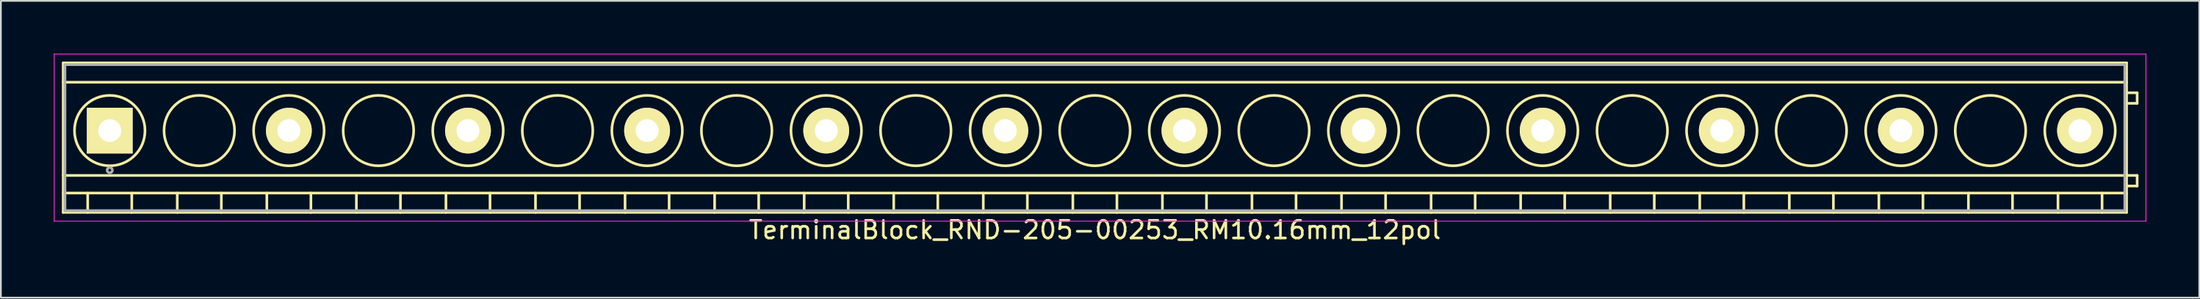
<source format=kicad_pcb>
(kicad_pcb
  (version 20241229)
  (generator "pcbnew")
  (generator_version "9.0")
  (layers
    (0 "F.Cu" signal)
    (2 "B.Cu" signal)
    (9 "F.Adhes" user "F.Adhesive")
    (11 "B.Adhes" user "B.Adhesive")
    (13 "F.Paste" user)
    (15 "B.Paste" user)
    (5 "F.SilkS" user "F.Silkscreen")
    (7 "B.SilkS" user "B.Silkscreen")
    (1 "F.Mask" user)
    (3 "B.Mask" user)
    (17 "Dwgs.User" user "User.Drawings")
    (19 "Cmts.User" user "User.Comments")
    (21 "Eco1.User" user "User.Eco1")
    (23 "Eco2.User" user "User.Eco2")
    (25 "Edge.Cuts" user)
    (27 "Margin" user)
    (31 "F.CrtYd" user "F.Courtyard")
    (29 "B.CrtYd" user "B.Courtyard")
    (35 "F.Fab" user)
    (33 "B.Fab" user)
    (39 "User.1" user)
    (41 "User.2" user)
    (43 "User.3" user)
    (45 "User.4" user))
  (footprint "TerminalBlock_RND-205-00253_RM10.16mm_12pol"
    (layer "F.Cu")
    (at 3.175 4.375)
    (property "Reference" "TerminalBlock_RND-205-00253_RM10.16mm_12pol" (at 55.88 5.65 0) (layer "F.SilkS") (effects (font (size 1 1) (thickness 0.15))))
    (attr through_hole)
    (fp_line (start -2.64 -3.85) (end 114.4 -3.85) (stroke (width 0.15) (type solid)) (layer "F.SilkS"))
    (fp_line (start -2.64 -2.75) (end 114.4 -2.75) (stroke (width 0.15) (type solid)) (layer "F.SilkS"))
    (fp_line (start -2.64 2.55) (end 114.4 2.55) (stroke (width 0.15) (type solid)) (layer "F.SilkS"))
    (fp_line (start -2.64 3.55) (end 114.4 3.55) (stroke (width 0.15) (type solid)) (layer "F.SilkS"))
    (fp_line (start -2.64 4.65) (end -2.64 -3.85) (stroke (width 0.15) (type solid)) (layer "F.SilkS"))
    (fp_line (start -1.25 3.55) (end -1.25 4.65) (stroke (width 0.15) (type solid)) (layer "F.SilkS"))
    (fp_line (start 1.25 3.55) (end 1.25 4.65) (stroke (width 0.15) (type solid)) (layer "F.SilkS"))
    (fp_line (start 3.83 3.55) (end 3.83 4.65) (stroke (width 0.15) (type solid)) (layer "F.SilkS"))
    (fp_line (start 6.33 3.55) (end 6.33 4.65) (stroke (width 0.15) (type solid)) (layer "F.SilkS"))
    (fp_line (start 8.91 3.55) (end 8.91 4.65) (stroke (width 0.15) (type solid)) (layer "F.SilkS"))
    (fp_line (start 11.41 3.55) (end 11.41 4.65) (stroke (width 0.15) (type solid)) (layer "F.SilkS"))
    (fp_line (start 13.99 3.55) (end 13.99 4.65) (stroke (width 0.15) (type solid)) (layer "F.SilkS"))
    (fp_line (start 16.49 3.55) (end 16.49 4.65) (stroke (width 0.15) (type solid)) (layer "F.SilkS"))
    (fp_line (start 19.07 3.55) (end 19.07 4.65) (stroke (width 0.15) (type solid)) (layer "F.SilkS"))
    (fp_line (start 21.57 3.55) (end 21.57 4.65) (stroke (width 0.15) (type solid)) (layer "F.SilkS"))
    (fp_line (start 24.15 3.55) (end 24.15 4.65) (stroke (width 0.15) (type solid)) (layer "F.SilkS"))
    (fp_line (start 26.65 3.55) (end 26.65 4.65) (stroke (width 0.15) (type solid)) (layer "F.SilkS"))
    (fp_line (start 29.23 3.55) (end 29.23 4.65) (stroke (width 0.15) (type solid)) (layer "F.SilkS"))
    (fp_line (start 31.73 3.55) (end 31.73 4.65) (stroke (width 0.15) (type solid)) (layer "F.SilkS"))
    (fp_line (start 34.31 3.55) (end 34.31 4.65) (stroke (width 0.15) (type solid)) (layer "F.SilkS"))
    (fp_line (start 36.81 3.55) (end 36.81 4.65) (stroke (width 0.15) (type solid)) (layer "F.SilkS"))
    (fp_line (start 39.39 3.55) (end 39.39 4.65) (stroke (width 0.15) (type solid)) (layer "F.SilkS"))
    (fp_line (start 41.89 3.55) (end 41.89 4.65) (stroke (width 0.15) (type solid)) (layer "F.SilkS"))
    (fp_line (start 44.47 3.55) (end 44.47 4.65) (stroke (width 0.15) (type solid)) (layer "F.SilkS"))
    (fp_line (start 46.97 3.55) (end 46.97 4.65) (stroke (width 0.15) (type solid)) (layer "F.SilkS"))
    (fp_line (start 49.55 3.55) (end 49.55 4.65) (stroke (width 0.15) (type solid)) (layer "F.SilkS"))
    (fp_line (start 52.05 3.55) (end 52.05 4.65) (stroke (width 0.15) (type solid)) (layer "F.SilkS"))
    (fp_line (start 54.63 3.55) (end 54.63 4.65) (stroke (width 0.15) (type solid)) (layer "F.SilkS"))
    (fp_line (start 57.13 3.55) (end 57.13 4.65) (stroke (width 0.15) (type solid)) (layer "F.SilkS"))
    (fp_line (start 59.71 3.55) (end 59.71 4.65) (stroke (width 0.15) (type solid)) (layer "F.SilkS"))
    (fp_line (start 62.21 3.55) (end 62.21 4.65) (stroke (width 0.15) (type solid)) (layer "F.SilkS"))
    (fp_line (start 64.79 3.55) (end 64.79 4.65) (stroke (width 0.15) (type solid)) (layer "F.SilkS"))
    (fp_line (start 67.29 3.55) (end 67.29 4.65) (stroke (width 0.15) (type solid)) (layer "F.SilkS"))
    (fp_line (start 69.87 3.55) (end 69.87 4.65) (stroke (width 0.15) (type solid)) (layer "F.SilkS"))
    (fp_line (start 72.37 3.55) (end 72.37 4.65) (stroke (width 0.15) (type solid)) (layer "F.SilkS"))
    (fp_line (start 74.95 3.55) (end 74.95 4.65) (stroke (width 0.15) (type solid)) (layer "F.SilkS"))
    (fp_line (start 77.45 3.55) (end 77.45 4.65) (stroke (width 0.15) (type solid)) (layer "F.SilkS"))
    (fp_line (start 80.03 3.55) (end 80.03 4.65) (stroke (width 0.15) (type solid)) (layer "F.SilkS"))
    (fp_line (start 82.53 3.55) (end 82.53 4.65) (stroke (width 0.15) (type solid)) (layer "F.SilkS"))
    (fp_line (start 85.11 3.55) (end 85.11 4.65) (stroke (width 0.15) (type solid)) (layer "F.SilkS"))
    (fp_line (start 87.61 3.55) (end 87.61 4.65) (stroke (width 0.15) (type solid)) (layer "F.SilkS"))
    (fp_line (start 90.19 3.55) (end 90.19 4.65) (stroke (width 0.15) (type solid)) (layer "F.SilkS"))
    (fp_line (start 92.69 3.55) (end 92.69 4.65) (stroke (width 0.15) (type solid)) (layer "F.SilkS"))
    (fp_line (start 95.27 3.55) (end 95.27 4.65) (stroke (width 0.15) (type solid)) (layer "F.SilkS"))
    (fp_line (start 97.77 3.55) (end 97.77 4.65) (stroke (width 0.15) (type solid)) (layer "F.SilkS"))
    (fp_line (start 100.35 3.55) (end 100.35 4.65) (stroke (width 0.15) (type solid)) (layer "F.SilkS"))
    (fp_line (start 102.85 3.55) (end 102.85 4.65) (stroke (width 0.15) (type solid)) (layer "F.SilkS"))
    (fp_line (start 105.43 3.55) (end 105.43 4.65) (stroke (width 0.15) (type solid)) (layer "F.SilkS"))
    (fp_line (start 107.93 3.55) (end 107.93 4.65) (stroke (width 0.15) (type solid)) (layer "F.SilkS"))
    (fp_line (start 110.51 3.55) (end 110.51 4.65) (stroke (width 0.15) (type solid)) (layer "F.SilkS"))
    (fp_line (start 113.01 3.55) (end 113.01 4.65) (stroke (width 0.15) (type solid)) (layer "F.SilkS"))
    (fp_line (start 114.4 -3.85) (end 114.4 4.65) (stroke (width 0.15) (type solid)) (layer "F.SilkS"))
    (fp_line (start 114.4 -2.15) (end 115 -2.15) (stroke (width 0.15) (type solid)) (layer "F.SilkS"))
    (fp_line (start 114.4 2.55) (end 115 2.55) (stroke (width 0.15) (type solid)) (layer "F.SilkS"))
    (fp_line (start 114.4 4.65) (end -2.64 4.65) (stroke (width 0.15) (type solid)) (layer "F.SilkS"))
    (fp_line (start 115 -2.15) (end 115 -1.55) (stroke (width 0.15) (type solid)) (layer "F.SilkS"))
    (fp_line (start 115 -1.55) (end 114.4 -1.55) (stroke (width 0.15) (type solid)) (layer "F.SilkS"))
    (fp_line (start 115 2.55) (end 115 3.15) (stroke (width 0.15) (type solid)) (layer "F.SilkS"))
    (fp_line (start 115 3.15) (end 114.4 3.15) (stroke (width 0.15) (type solid)) (layer "F.SilkS"))
    (fp_circle (center 0 0) (end -2 0) (stroke (width 0.15) (type solid)) (fill no) (layer "F.SilkS"))
    (fp_circle (center 5.08 0) (end 3.08 0) (stroke (width 0.15) (type solid)) (fill no) (layer "F.SilkS"))
    (fp_circle (center 10.16 0) (end 8.16 0) (stroke (width 0.15) (type solid)) (fill no) (layer "F.SilkS"))
    (fp_circle (center 15.24 0) (end 13.24 0) (stroke (width 0.15) (type solid)) (fill no) (layer "F.SilkS"))
    (fp_circle (center 20.32 0) (end 18.32 0) (stroke (width 0.15) (type solid)) (fill no) (layer "F.SilkS"))
    (fp_circle (center 25.4 0) (end 23.4 0) (stroke (width 0.15) (type solid)) (fill no) (layer "F.SilkS"))
    (fp_circle (center 30.48 0) (end 28.48 0) (stroke (width 0.15) (type solid)) (fill no) (layer "F.SilkS"))
    (fp_circle (center 35.56 0) (end 33.56 0) (stroke (width 0.15) (type solid)) (fill no) (layer "F.SilkS"))
    (fp_circle (center 40.64 0) (end 38.64 0) (stroke (width 0.15) (type solid)) (fill no) (layer "F.SilkS"))
    (fp_circle (center 45.72 0) (end 43.72 0) (stroke (width 0.15) (type solid)) (fill no) (layer "F.SilkS"))
    (fp_circle (center 50.8 0) (end 48.8 0) (stroke (width 0.15) (type solid)) (fill no) (layer "F.SilkS"))
    (fp_circle (center 55.88 0) (end 53.88 0) (stroke (width 0.15) (type solid)) (fill no) (layer "F.SilkS"))
    (fp_circle (center 60.96 0) (end 58.96 0) (stroke (width 0.15) (type solid)) (fill no) (layer "F.SilkS"))
    (fp_circle (center 66.04 0) (end 64.04 0) (stroke (width 0.15) (type solid)) (fill no) (layer "F.SilkS"))
    (fp_circle (center 71.12 0) (end 69.12 0) (stroke (width 0.15) (type solid)) (fill no) (layer "F.SilkS"))
    (fp_circle (center 76.2 0) (end 74.2 0) (stroke (width 0.15) (type solid)) (fill no) (layer "F.SilkS"))
    (fp_circle (center 81.28 0) (end 79.28 0) (stroke (width 0.15) (type solid)) (fill no) (layer "F.SilkS"))
    (fp_circle (center 86.36 0) (end 84.36 0) (stroke (width 0.15) (type solid)) (fill no) (layer "F.SilkS"))
    (fp_circle (center 91.44 0) (end 89.44 0) (stroke (width 0.15) (type solid)) (fill no) (layer "F.SilkS"))
    (fp_circle (center 96.52 0) (end 94.52 0) (stroke (width 0.15) (type solid)) (fill no) (layer "F.SilkS"))
    (fp_circle (center 101.6 0) (end 99.6 0) (stroke (width 0.15) (type solid)) (fill no) (layer "F.SilkS"))
    (fp_circle (center 106.68 0) (end 104.68 0) (stroke (width 0.15) (type solid)) (fill no) (layer "F.SilkS"))
    (fp_circle (center 111.76 0) (end 109.76 0) (stroke (width 0.15) (type solid)) (fill no) (layer "F.SilkS"))
    (fp_line (start -3.15 -4.35) (end 115.5 -4.35) (stroke (width 0.05) (type solid)) (layer "F.CrtYd"))
    (fp_line (start -3.15 5.15) (end -3.15 -4.35) (stroke (width 0.05) (type solid)) (layer "F.CrtYd"))
    (fp_line (start 115.5 -4.35) (end 115.5 5.15) (stroke (width 0.05) (type solid)) (layer "F.CrtYd"))
    (fp_line (start 115.5 5.15) (end -3.15 5.15) (stroke (width 0.05) (type solid)) (layer "F.CrtYd"))
    (fp_line (start -2.54 -3.75) (end 114.3 -3.75) (stroke (width 0.15) (type solid)) (layer "F.Fab"))
    (fp_line (start -2.54 4.55) (end -2.54 -3.75) (stroke (width 0.15) (type solid)) (layer "F.Fab"))
    (fp_line (start 114.3 -3.75) (end 114.3 4.55) (stroke (width 0.15) (type solid)) (layer "F.Fab"))
    (fp_line (start 114.3 4.55) (end -2.54 4.55) (stroke (width 0.15) (type solid)) (layer "F.Fab"))
    (fp_circle (center 0 2.25) (end -0.15 2.25) (stroke (width 0.15) (type solid)) (fill no) (layer "F.Fab"))
    (pad "1" thru_hole rect (at 0 0) (size 2.6 2.6) (drill 1.3) (layers "*.Cu" "*.Mask" "F.SilkS"))
    (pad "2" thru_hole circle (at 10.16 0) (size 2.6 2.6) (drill 1.3) (layers "*.Cu" "*.Mask" "F.SilkS"))
    (pad "3" thru_hole circle (at 20.32 0) (size 2.6 2.6) (drill 1.3) (layers "*.Cu" "*.Mask" "F.SilkS"))
    (pad "4" thru_hole circle (at 30.48 0) (size 2.6 2.6) (drill 1.3) (layers "*.Cu" "*.Mask" "F.SilkS"))
    (pad "5" thru_hole circle (at 40.64 0) (size 2.6 2.6) (drill 1.3) (layers "*.Cu" "*.Mask" "F.SilkS"))
    (pad "6" thru_hole circle (at 50.8 0) (size 2.6 2.6) (drill 1.3) (layers "*.Cu" "*.Mask" "F.SilkS"))
    (pad "7" thru_hole circle (at 60.96 0) (size 2.6 2.6) (drill 1.3) (layers "*.Cu" "*.Mask" "F.SilkS"))
    (pad "8" thru_hole circle (at 71.12 0) (size 2.6 2.6) (drill 1.3) (layers "*.Cu" "*.Mask" "F.SilkS"))
    (pad "9" thru_hole circle (at 81.28 0) (size 2.6 2.6) (drill 1.3) (layers "*.Cu" "*.Mask" "F.SilkS"))
    (pad "10" thru_hole circle (at 91.44 0) (size 2.6 2.6) (drill 1.3) (layers "*.Cu" "*.Mask" "F.SilkS"))
    (pad "11" thru_hole circle (at 101.6 0) (size 2.6 2.6) (drill 1.3) (layers "*.Cu" "*.Mask" "F.SilkS"))
    (pad "12" thru_hole circle (at 111.76 0) (size 2.6 2.6) (drill 1.3) (layers "*.Cu" "*.Mask" "F.SilkS")))
  (gr_rect
    (start -3 -3)
    (end 121.7 13.873)
    (stroke (width 0.1) (type default))
    (fill no)
    (layer "Edge.Cuts")))
</source>
